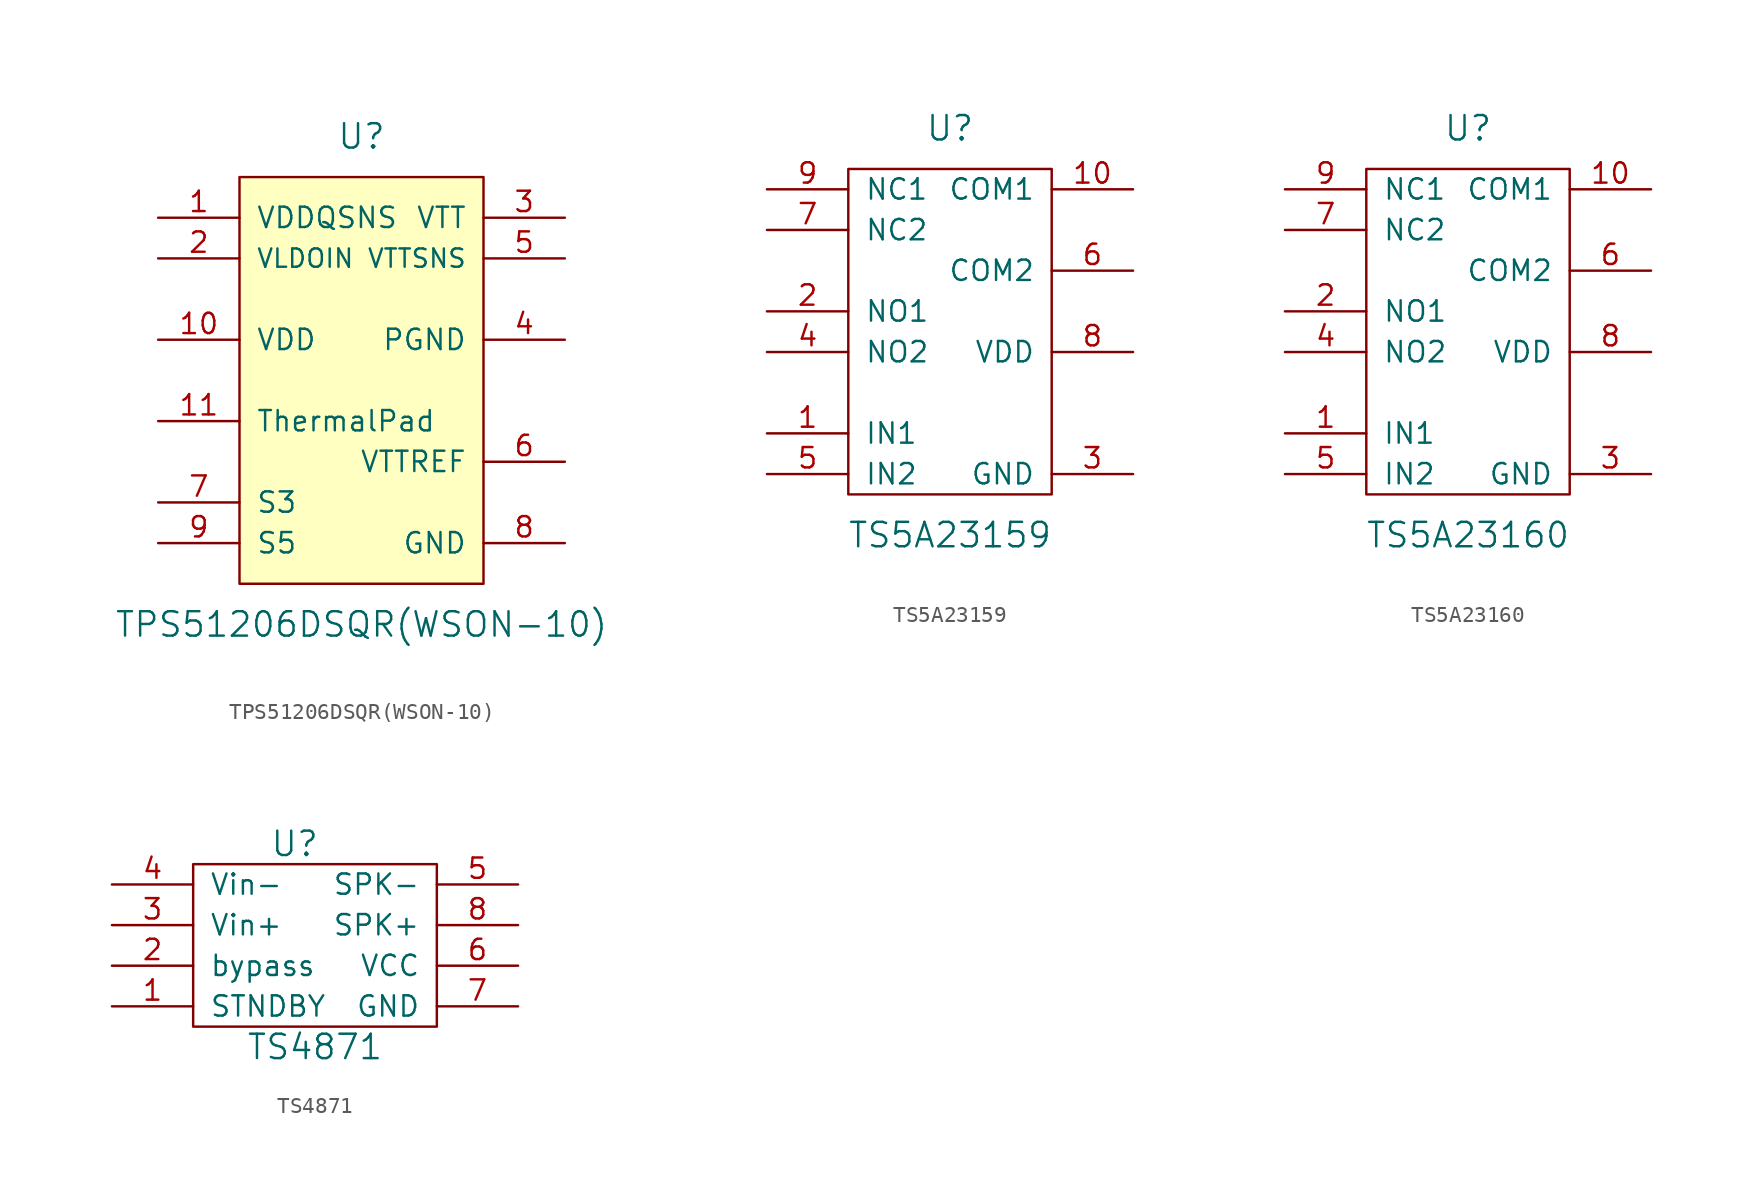
<source format=kicad_sym>
(kicad_symbol_lib
  (version 20220914)
  (generator kicad_symbol_editor)
  (symbol "TPS51206DSQR(WSON-10)"
    (pin_names
      (offset 1.016))
    (property "Reference" "U"
      (at 0 15.24 0)
      (effects (font (size 1.524 1.524))))
    (property "Value" "TPS51206DSQR(WSON-10)"
      (at 0 -15.24 0)
      (effects (font (size 1.524 1.524))))
    (symbol "TPS51206DSQR(WSON-10)_0_1"
      (rectangle (start -7.62 12.7) (end 7.62 -12.7) (stroke (width 0) (type solid)) (fill (type background))))
    (symbol "TPS51206DSQR(WSON-10)_1_1"
      (pin input line (at -12.7 10.16 0) (length 5.08) (name "VDDQSNS" (effects (font (size 1.27 1.27)))) (number "1" (effects (font (size 1.27 1.27)))))
      (pin power_in line (at -12.7 2.54 0) (length 5.08) (name "VDD" (effects (font (size 1.27 1.27)))) (number "10" (effects (font (size 1.27 1.27)))))
      (pin input line (at -12.7 -2.54 0) (length 5.08) (name "ThermalPad" (effects (font (size 1.27 1.27)))) (number "11" (effects (font (size 1.27 1.27)))))
      (pin power_in line (at -12.7 7.62 0) (length 5.08) (name "VLDOIN" (effects (font (size 1.143 1.143)))) (number "2" (effects (font (size 1.27 1.27)))))
      (pin power_out line (at 12.7 10.16 180) (length 5.08) (name "VTT" (effects (font (size 1.27 1.27)))) (number "3" (effects (font (size 1.27 1.27)))))
      (pin power_in line (at 12.7 2.54 180) (length 5.08) (name "PGND" (effects (font (size 1.27 1.27)))) (number "4" (effects (font (size 1.27 1.27)))))
      (pin input line (at 12.7 7.62 180) (length 5.08) (name "VTTSNS" (effects (font (size 1.143 1.143)))) (number "5" (effects (font (size 1.27 1.27)))))
      (pin output line (at 12.7 -5.08 180) (length 5.08) (name "VTTREF" (effects (font (size 1.27 1.27)))) (number "6" (effects (font (size 1.27 1.27)))))
      (pin input line (at -12.7 -7.62 0) (length 5.08) (name "S3" (effects (font (size 1.27 1.27)))) (number "7" (effects (font (size 1.27 1.27)))))
      (pin power_in line (at 12.7 -10.16 180) (length 5.08) (name "GND" (effects (font (size 1.27 1.27)))) (number "8" (effects (font (size 1.27 1.27)))))
      (pin input line (at -12.7 -10.16 0) (length 5.08) (name "S5" (effects (font (size 1.27 1.27)))) (number "9" (effects (font (size 1.27 1.27)))))))
  (symbol "TS5A23159"
    (pin_names
      (offset 1.016))
    (property "Reference" "U"
      (at 0 12.7 0)
      (effects (font (size 1.524 1.524))))
    (property "Value" "TS5A23159"
      (at 0 -12.7 0)
      (effects (font (size 1.524 1.524))))
    (symbol "TS5A23159_0_1"
      (rectangle (start -6.35 10.16) (end 6.35 -10.16) (stroke (width 0) (type solid)) (fill (type none))))
    (symbol "TS5A23159_1_1"
      (pin bidirectional line (at -11.43 -6.35 0) (length 5.08) (name "IN1" (effects (font (size 1.27 1.27)))) (number "1" (effects (font (size 1.27 1.27)))))
      (pin bidirectional line (at 11.43 8.89 180) (length 5.08) (name "COM1" (effects (font (size 1.27 1.27)))) (number "10" (effects (font (size 1.27 1.27)))))
      (pin bidirectional line (at -11.43 1.27 0) (length 5.08) (name "NO1" (effects (font (size 1.27 1.27)))) (number "2" (effects (font (size 1.27 1.27)))))
      (pin power_in line (at 11.43 -8.89 180) (length 5.08) (name "GND" (effects (font (size 1.27 1.27)))) (number "3" (effects (font (size 1.27 1.27)))))
      (pin bidirectional line (at -11.43 -1.27 0) (length 5.08) (name "NO2" (effects (font (size 1.27 1.27)))) (number "4" (effects (font (size 1.27 1.27)))))
      (pin bidirectional line (at -11.43 -8.89 0) (length 5.08) (name "IN2" (effects (font (size 1.27 1.27)))) (number "5" (effects (font (size 1.27 1.27)))))
      (pin bidirectional line (at 11.43 3.81 180) (length 5.08) (name "COM2" (effects (font (size 1.27 1.27)))) (number "6" (effects (font (size 1.27 1.27)))))
      (pin bidirectional line (at -11.43 6.35 0) (length 5.08) (name "NC2" (effects (font (size 1.27 1.27)))) (number "7" (effects (font (size 1.27 1.27)))))
      (pin power_in line (at 11.43 -1.27 180) (length 5.08) (name "VDD" (effects (font (size 1.27 1.27)))) (number "8" (effects (font (size 1.27 1.27)))))
      (pin bidirectional line (at -11.43 8.89 0) (length 5.08) (name "NC1" (effects (font (size 1.27 1.27)))) (number "9" (effects (font (size 1.27 1.27)))))))
  (symbol "TS5A23160"
    (pin_names
      (offset 1.016))
    (property "Reference" "U"
      (at 0 12.7 0)
      (effects (font (size 1.524 1.524))))
    (property "Value" "TS5A23160"
      (at 0 -12.7 0)
      (effects (font (size 1.524 1.524))))
    (symbol "TS5A23160_0_1"
      (rectangle (start -6.35 10.16) (end 6.35 -10.16) (stroke (width 0) (type solid)) (fill (type none))))
    (symbol "TS5A23160_1_1"
      (pin bidirectional line (at -11.43 -6.35 0) (length 5.08) (name "IN1" (effects (font (size 1.27 1.27)))) (number "1" (effects (font (size 1.27 1.27)))))
      (pin bidirectional line (at 11.43 8.89 180) (length 5.08) (name "COM1" (effects (font (size 1.27 1.27)))) (number "10" (effects (font (size 1.27 1.27)))))
      (pin bidirectional line (at -11.43 1.27 0) (length 5.08) (name "NO1" (effects (font (size 1.27 1.27)))) (number "2" (effects (font (size 1.27 1.27)))))
      (pin power_out line (at 11.43 -8.89 180) (length 5.08) (name "GND" (effects (font (size 1.27 1.27)))) (number "3" (effects (font (size 1.27 1.27)))))
      (pin bidirectional line (at -11.43 -1.27 0) (length 5.08) (name "NO2" (effects (font (size 1.27 1.27)))) (number "4" (effects (font (size 1.27 1.27)))))
      (pin bidirectional line (at -11.43 -8.89 0) (length 5.08) (name "IN2" (effects (font (size 1.27 1.27)))) (number "5" (effects (font (size 1.27 1.27)))))
      (pin bidirectional line (at 11.43 3.81 180) (length 5.08) (name "COM2" (effects (font (size 1.27 1.27)))) (number "6" (effects (font (size 1.27 1.27)))))
      (pin bidirectional line (at -11.43 6.35 0) (length 5.08) (name "NC2" (effects (font (size 1.27 1.27)))) (number "7" (effects (font (size 1.27 1.27)))))
      (pin power_in line (at 11.43 -1.27 180) (length 5.08) (name "VDD" (effects (font (size 1.27 1.27)))) (number "8" (effects (font (size 1.27 1.27)))))
      (pin bidirectional line (at -11.43 8.89 0) (length 5.08) (name "NC1" (effects (font (size 1.27 1.27)))) (number "9" (effects (font (size 1.27 1.27)))))))
  (symbol "TS4871"
    (pin_names
      (offset 1.016))
    (property "Reference" "U"
      (at -1.27 6.35 0)
      (effects (font (size 1.524 1.524))))
    (property "Value" "TS4871"
      (at 0 -6.35 0)
      (effects (font (size 1.524 1.524))))
    (property "Footprint" ""
      (at 0 -3.81 0)
      (effects (font (size 1.524 1.524))))
    (property "Datasheet" ""
      (at 0 -3.81 0)
      (effects (font (size 1.524 1.524))))
    (symbol "TS4871_0_1"
      (rectangle (start -7.62 5.08) (end 7.62 -5.08) (stroke (width 0) (type solid)) (fill (type none))))
    (symbol "TS4871_1_1"
      (pin input line (at -12.7 -3.81 0) (length 5.08) (name "STNDBY" (effects (font (size 1.27 1.27)))) (number "1" (effects (font (size 1.27 1.27)))))
      (pin output line (at -12.7 -1.27 0) (length 5.08) (name "bypass" (effects (font (size 1.27 1.27)))) (number "2" (effects (font (size 1.27 1.27)))))
      (pin input line (at -12.7 1.27 0) (length 5.08) (name "Vin+" (effects (font (size 1.27 1.27)))) (number "3" (effects (font (size 1.27 1.27)))))
      (pin input line (at -12.7 3.81 0) (length 5.08) (name "Vin-" (effects (font (size 1.27 1.27)))) (number "4" (effects (font (size 1.27 1.27)))))
      (pin input line (at 12.7 3.81 180) (length 5.08) (name "SPK-" (effects (font (size 1.27 1.27)))) (number "5" (effects (font (size 1.27 1.27)))))
      (pin input line (at 12.7 -1.27 180) (length 5.08) (name "VCC" (effects (font (size 1.27 1.27)))) (number "6" (effects (font (size 1.27 1.27)))))
      (pin input line (at 12.7 -3.81 180) (length 5.08) (name "GND" (effects (font (size 1.27 1.27)))) (number "7" (effects (font (size 1.27 1.27)))))
      (pin input line (at 12.7 1.27 180) (length 5.08) (name "SPK+" (effects (font (size 1.27 1.27)))) (number "8" (effects (font (size 1.27 1.27))))))))
</source>
